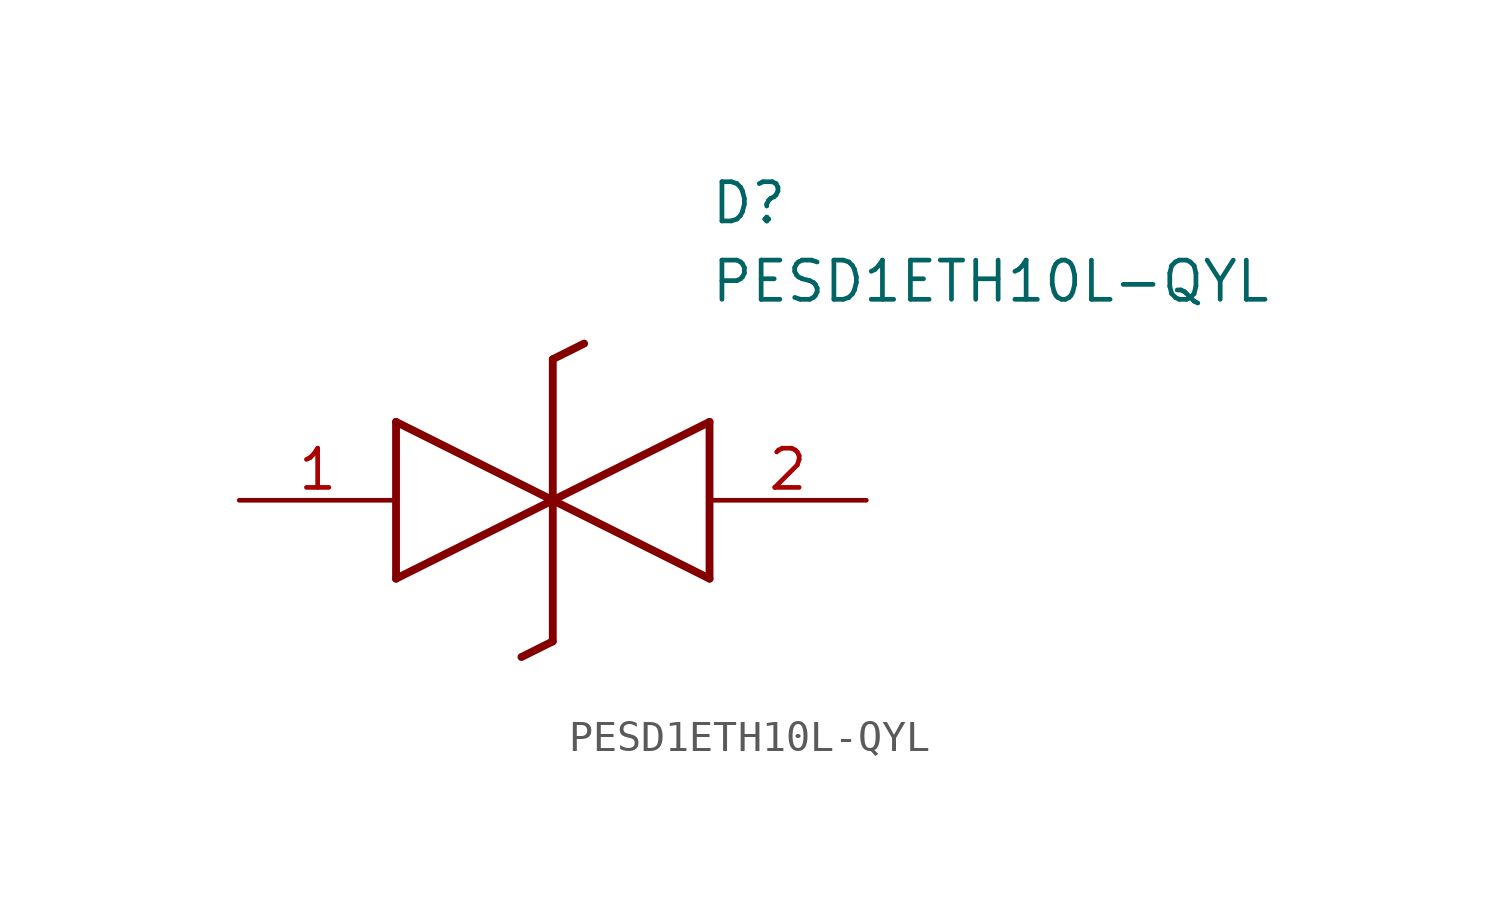
<source format=kicad_sym>
(kicad_symbol_lib
  (version 20211014)
  (generator SamacSys_ECAD_Model)
  (symbol "PESD1ETH10L-QYL"
    (pin_names hide)
    (property "Reference" "D"
      (at 15.24 8.89 0)
      (effects (font (size 1.27 1.27)) (justify left bottom)))
    (property "Value" "PESD1ETH10L-QYL"
      (at 15.24 6.35 0)
      (effects (font (size 1.27 1.27)) (justify left bottom)))
    (polyline
      (pts (xy 10.16 0) (xy 5.08 -2.54))
      (stroke (width 0.254) (type default))
      (fill (type none)))
    (polyline
      (pts (xy 5.08 2.54) (xy 5.08 -2.54))
      (stroke (width 0.254) (type default))
      (fill (type none)))
    (polyline
      (pts (xy 5.08 2.54) (xy 10.16 0))
      (stroke (width 0.254) (type default))
      (fill (type none)))
    (polyline
      (pts (xy 10.16 0) (xy 15.24 -2.54))
      (stroke (width 0.254) (type default))
      (fill (type none)))
    (polyline
      (pts (xy 15.24 2.54) (xy 15.24 -2.54))
      (stroke (width 0.254) (type default))
      (fill (type none)))
    (polyline
      (pts (xy 15.24 2.54) (xy 10.16 0))
      (stroke (width 0.254) (type default))
      (fill (type none)))
    (polyline
      (pts (xy 10.16 -4.572) (xy 10.16 4.572))
      (stroke (width 0.254) (type default))
      (fill (type none)))
    (polyline
      (pts (xy 11.176 5.08) (xy 10.16 4.572))
      (stroke (width 0.254) (type default))
      (fill (type none)))
    (polyline
      (pts (xy 10.16 -4.572) (xy 9.144 -5.08))
      (stroke (width 0.254) (type default))
      (fill (type none)))
    (pin passive line
      (at 0 0 0)
      (length 5.08)
      (name "K1" (effects (font (size 1.27 1.27))))
      (number "1" (effects (font (size 1.27 1.27)))))
    (pin passive line
      (at 20.32 0 180)
      (length 5.08)
      (name "K2" (effects (font (size 1.27 1.27))))
      (number "2" (effects (font (size 1.27 1.27)))))))
</source>
